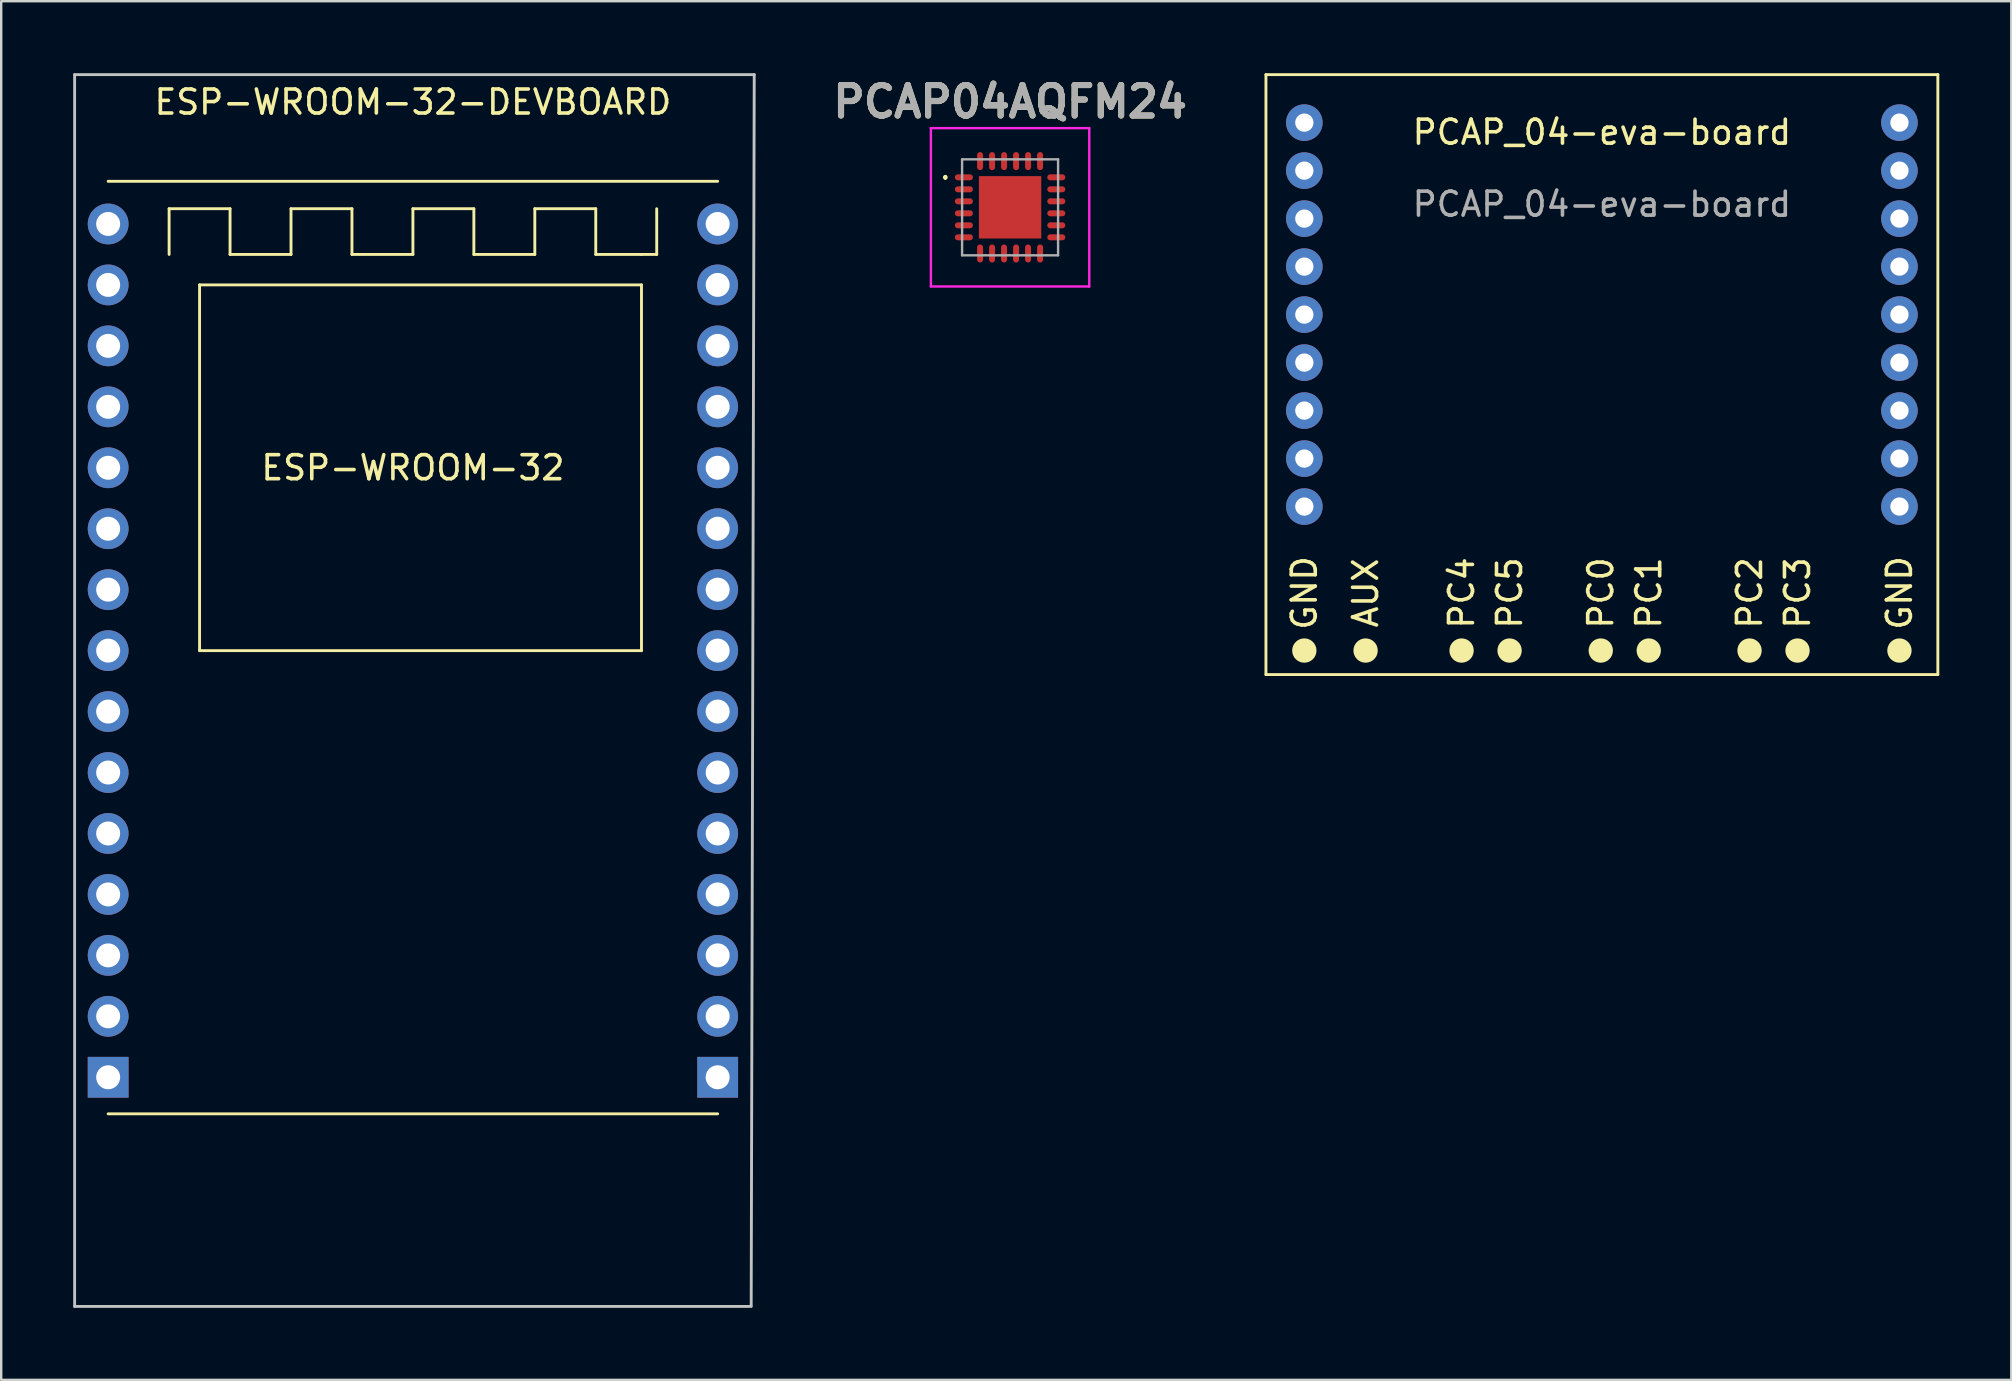
<source format=kicad_pcb>
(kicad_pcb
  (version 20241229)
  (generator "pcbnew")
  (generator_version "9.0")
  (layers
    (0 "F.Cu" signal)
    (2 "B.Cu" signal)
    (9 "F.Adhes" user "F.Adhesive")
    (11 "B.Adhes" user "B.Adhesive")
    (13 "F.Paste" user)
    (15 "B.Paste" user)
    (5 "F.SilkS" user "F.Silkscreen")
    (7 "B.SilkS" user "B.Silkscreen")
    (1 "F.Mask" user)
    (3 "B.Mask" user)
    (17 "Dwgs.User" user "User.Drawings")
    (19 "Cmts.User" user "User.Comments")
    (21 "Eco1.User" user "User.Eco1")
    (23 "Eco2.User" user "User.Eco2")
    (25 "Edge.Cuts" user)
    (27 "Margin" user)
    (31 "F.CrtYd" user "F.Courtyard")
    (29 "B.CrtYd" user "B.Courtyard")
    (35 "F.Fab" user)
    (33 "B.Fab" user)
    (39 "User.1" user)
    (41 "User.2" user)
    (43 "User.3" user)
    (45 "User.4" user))
  (footprint "ESP-WROOM-32-DEVBOARD"
    (layer "F.Cu")
    (at 1.457 41.843)
    (property "Reference" "ESP-WROOM-32-DEVBOARD" (at 12.7 -40.64 0) (layer "F.SilkS") (effects (font (size 1 1) (thickness 0.15))))
    (attr through_hole)
    (fp_line (start 0 -37.338) (end 25.4 -37.338) (stroke (width 0.12) (type solid)) (layer "F.SilkS"))
    (fp_line (start 2.54 -36.195) (end 5.08 -36.195) (stroke (width 0.12) (type solid)) (layer "F.SilkS"))
    (fp_line (start 2.54 -34.29) (end 2.54 -36.195) (stroke (width 0.12) (type solid)) (layer "F.SilkS"))
    (fp_line (start 3.81 -33.02) (end 22.225 -33.02) (stroke (width 0.12) (type solid)) (layer "F.SilkS"))
    (fp_line (start 3.81 -17.78) (end 3.81 -33.02) (stroke (width 0.12) (type solid)) (layer "F.SilkS"))
    (fp_line (start 5.08 -36.195) (end 5.08 -34.29) (stroke (width 0.12) (type solid)) (layer "F.SilkS"))
    (fp_line (start 5.08 -34.29) (end 7.62 -34.29) (stroke (width 0.12) (type solid)) (layer "F.SilkS"))
    (fp_line (start 7.62 -36.195) (end 10.16 -36.195) (stroke (width 0.12) (type solid)) (layer "F.SilkS"))
    (fp_line (start 7.62 -34.29) (end 7.62 -36.195) (stroke (width 0.12) (type solid)) (layer "F.SilkS"))
    (fp_line (start 10.16 -36.195) (end 10.16 -34.29) (stroke (width 0.12) (type solid)) (layer "F.SilkS"))
    (fp_line (start 10.16 -34.29) (end 12.7 -34.29) (stroke (width 0.12) (type solid)) (layer "F.SilkS"))
    (fp_line (start 12.7 -36.195) (end 15.24 -36.195) (stroke (width 0.12) (type solid)) (layer "F.SilkS"))
    (fp_line (start 12.7 -34.29) (end 12.7 -36.195) (stroke (width 0.12) (type solid)) (layer "F.SilkS"))
    (fp_line (start 15.24 -36.195) (end 15.24 -34.29) (stroke (width 0.12) (type solid)) (layer "F.SilkS"))
    (fp_line (start 15.24 -34.29) (end 17.78 -34.29) (stroke (width 0.12) (type solid)) (layer "F.SilkS"))
    (fp_line (start 17.78 -36.195) (end 20.32 -36.195) (stroke (width 0.12) (type solid)) (layer "F.SilkS"))
    (fp_line (start 17.78 -34.29) (end 17.78 -36.195) (stroke (width 0.12) (type solid)) (layer "F.SilkS"))
    (fp_line (start 20.32 -36.195) (end 20.32 -34.29) (stroke (width 0.12) (type solid)) (layer "F.SilkS"))
    (fp_line (start 20.32 -34.29) (end 22.225 -34.29) (stroke (width 0.12) (type solid)) (layer "F.SilkS"))
    (fp_line (start 22.225 -34.29) (end 22.86 -34.29) (stroke (width 0.12) (type solid)) (layer "F.SilkS"))
    (fp_line (start 22.225 -33.02) (end 22.225 -17.78) (stroke (width 0.12) (type solid)) (layer "F.SilkS"))
    (fp_line (start 22.225 -17.78) (end 3.81 -17.78) (stroke (width 0.12) (type solid)) (layer "F.SilkS"))
    (fp_line (start 22.86 -34.29) (end 22.86 -36.195) (stroke (width 0.12) (type solid)) (layer "F.SilkS"))
    (fp_line (start 25.4 1.524) (end 0 1.524) (stroke (width 0.12) (type solid)) (layer "F.SilkS"))
    (fp_line (start -1.397 -41.783) (end 26.924 -41.783) (stroke (width 0.12) (type solid)) (layer "Dwgs.User"))
    (fp_line (start -1.397 9.55) (end -1.397 -41.783) (stroke (width 0.12) (type solid)) (layer "Dwgs.User"))
    (fp_line (start -1.397 9.55) (end 26.797 9.55) (stroke (width 0.12) (type solid)) (layer "Dwgs.User"))
    (fp_line (start 26.924 -41.783) (end 26.797 9.525) (stroke (width 0.12) (type solid)) (layer "Dwgs.User"))
    (fp_text user "ESP-WROOM-32" (at 12.7 -25.4 0) (layer "F.SilkS") (effects (font (size 1 1) (thickness 0.15))))
    (pad "1" thru_hole rect (at 0 0) (size 1.7 1.7) (drill 1) (layers "*.Cu" "*.Mask"))
    (pad "2" thru_hole oval (at 0 -2.54) (size 1.7 1.7) (drill 1) (layers "*.Cu" "*.Mask"))
    (pad "3" thru_hole oval (at 0 -5.08) (size 1.7 1.7) (drill 1) (layers "*.Cu" "*.Mask"))
    (pad "4" thru_hole oval (at 0 -7.62) (size 1.7 1.7) (drill 1) (layers "*.Cu" "*.Mask"))
    (pad "5" thru_hole oval (at 0 -10.16) (size 1.7 1.7) (drill 1) (layers "*.Cu" "*.Mask"))
    (pad "6" thru_hole oval (at 0 -12.7) (size 1.7 1.7) (drill 1) (layers "*.Cu" "*.Mask"))
    (pad "7" thru_hole oval (at 0 -15.24) (size 1.7 1.7) (drill 1) (layers "*.Cu" "*.Mask"))
    (pad "8" thru_hole oval (at 0 -17.78) (size 1.7 1.7) (drill 1) (layers "*.Cu" "*.Mask"))
    (pad "9" thru_hole oval (at 0 -20.32) (size 1.7 1.7) (drill 1) (layers "*.Cu" "*.Mask"))
    (pad "10" thru_hole oval (at 0 -22.86) (size 1.7 1.7) (drill 1) (layers "*.Cu" "*.Mask"))
    (pad "11" thru_hole oval (at 0 -25.4) (size 1.7 1.7) (drill 1) (layers "*.Cu" "*.Mask"))
    (pad "12" thru_hole oval (at 0 -27.94) (size 1.7 1.7) (drill 1) (layers "*.Cu" "*.Mask"))
    (pad "13" thru_hole oval (at 0 -30.48) (size 1.7 1.7) (drill 1) (layers "*.Cu" "*.Mask"))
    (pad "14" thru_hole oval (at 0 -33.02) (size 1.7 1.7) (drill 1) (layers "*.Cu" "*.Mask"))
    (pad "15" thru_hole oval (at 0 -35.56) (size 1.7 1.7) (drill 1) (layers "*.Cu" "*.Mask"))
    (pad "16" thru_hole rect (at 25.4 0) (size 1.7 1.7) (drill 1) (layers "*.Cu" "*.Mask"))
    (pad "17" thru_hole oval (at 25.4 -2.54) (size 1.7 1.7) (drill 1) (layers "*.Cu" "*.Mask"))
    (pad "18" thru_hole oval (at 25.4 -5.08) (size 1.7 1.7) (drill 1) (layers "*.Cu" "*.Mask"))
    (pad "19" thru_hole oval (at 25.4 -7.62) (size 1.7 1.7) (drill 1) (layers "*.Cu" "*.Mask"))
    (pad "20" thru_hole oval (at 25.4 -10.16) (size 1.7 1.7) (drill 1) (layers "*.Cu" "*.Mask"))
    (pad "21" thru_hole oval (at 25.4 -12.7) (size 1.7 1.7) (drill 1) (layers "*.Cu" "*.Mask"))
    (pad "22" thru_hole oval (at 25.4 -15.24) (size 1.7 1.7) (drill 1) (layers "*.Cu" "*.Mask"))
    (pad "23" thru_hole oval (at 25.4 -17.78) (size 1.7 1.7) (drill 1) (layers "*.Cu" "*.Mask"))
    (pad "24" thru_hole oval (at 25.4 -20.32) (size 1.7 1.7) (drill 1) (layers "*.Cu" "*.Mask"))
    (pad "25" thru_hole oval (at 25.4 -22.86) (size 1.7 1.7) (drill 1) (layers "*.Cu" "*.Mask"))
    (pad "26" thru_hole oval (at 25.4 -25.4) (size 1.7 1.7) (drill 1) (layers "*.Cu" "*.Mask"))
    (pad "27" thru_hole oval (at 25.4 -27.94) (size 1.7 1.7) (drill 1) (layers "*.Cu" "*.Mask"))
    (pad "28" thru_hole oval (at 25.4 -30.48) (size 1.7 1.7) (drill 1) (layers "*.Cu" "*.Mask"))
    (pad "29" thru_hole oval (at 25.4 -33.02) (size 1.7 1.7) (drill 1) (layers "*.Cu" "*.Mask"))
    (pad "30" thru_hole oval (at 25.4 -35.56) (size 1.7 1.7) (drill 1) (layers "*.Cu" "*.Mask")))
  (footprint "PCAP04AQFM24"
    (layer "F.Cu")
    (at 39.043 5.589)
    (property "Reference" "PCAP04AQFM24" (at 0 -4.4 0) (layer "F.SilkS") (effects (font (size 1.27 1.27) (thickness 0.254))))
    (attr smd)
    (fp_line (start -2.7 -1.3) (end -2.7 -1.3) (stroke (width 0.1) (type solid)) (layer "F.SilkS"))
    (fp_line (start -2.7 -1.2) (end -2.7 -1.2) (stroke (width 0.1) (type solid)) (layer "F.SilkS"))
    (fp_arc (start -2.7 -1.3) (mid -2.65 -1.25) (end -2.7 -1.2) (stroke (width 0.1) (type solid)) (layer "F.SilkS"))
    (fp_arc (start -2.7 -1.2) (mid -2.75 -1.25) (end -2.7 -1.3) (stroke (width 0.1) (type solid)) (layer "F.SilkS"))
    (fp_line (start -3.3 -3.3) (end 3.3 -3.3) (stroke (width 0.1) (type solid)) (layer "F.CrtYd"))
    (fp_line (start -3.3 3.3) (end -3.3 -3.3) (stroke (width 0.1) (type solid)) (layer "F.CrtYd"))
    (fp_line (start 3.3 -3.3) (end 3.3 3.3) (stroke (width 0.1) (type solid)) (layer "F.CrtYd"))
    (fp_line (start 3.3 3.3) (end -3.3 3.3) (stroke (width 0.1) (type solid)) (layer "F.CrtYd"))
    (fp_line (start -2 -2) (end 2 -2) (stroke (width 0.1) (type solid)) (layer "F.Fab"))
    (fp_line (start -2 2) (end -2 -2) (stroke (width 0.1) (type solid)) (layer "F.Fab"))
    (fp_line (start 2 -2) (end 2 2) (stroke (width 0.1) (type solid)) (layer "F.Fab"))
    (fp_line (start 2 2) (end -2 2) (stroke (width 0.1) (type solid)) (layer "F.Fab"))
    (fp_text user "${REFERENCE}" (at 0 -4.4 0) (layer "F.Fab") (effects (font (size 1.27 1.27) (thickness 0.254))))
    (pad "1" smd oval (at -1.925 -1.25 90) (size 0.25 0.75) (layers "F.Cu" "F.Mask" "F.Paste"))
    (pad "2" smd oval (at -1.925 -0.75 90) (size 0.25 0.75) (layers "F.Cu" "F.Mask" "F.Paste"))
    (pad "3" smd oval (at -1.925 -0.25 90) (size 0.25 0.75) (layers "F.Cu" "F.Mask" "F.Paste"))
    (pad "4" smd oval (at -1.925 0.25 90) (size 0.25 0.75) (layers "F.Cu" "F.Mask" "F.Paste"))
    (pad "5" smd oval (at -1.925 0.75 90) (size 0.25 0.75) (layers "F.Cu" "F.Mask" "F.Paste"))
    (pad "6" smd oval (at -1.925 1.25 90) (size 0.25 0.75) (layers "F.Cu" "F.Mask" "F.Paste"))
    (pad "7" smd oval (at -1.25 1.925) (size 0.25 0.75) (layers "F.Cu" "F.Mask" "F.Paste"))
    (pad "8" smd oval (at -0.75 1.925) (size 0.25 0.75) (layers "F.Cu" "F.Mask" "F.Paste"))
    (pad "9" smd oval (at -0.25 1.925) (size 0.25 0.75) (layers "F.Cu" "F.Mask" "F.Paste"))
    (pad "10" smd oval (at 0.25 1.925) (size 0.25 0.75) (layers "F.Cu" "F.Mask" "F.Paste"))
    (pad "11" smd oval (at 0.75 1.925) (size 0.25 0.75) (layers "F.Cu" "F.Mask" "F.Paste"))
    (pad "12" smd oval (at 1.25 1.925) (size 0.25 0.75) (layers "F.Cu" "F.Mask" "F.Paste"))
    (pad "13" smd oval (at 1.925 1.25 90) (size 0.25 0.75) (layers "F.Cu" "F.Mask" "F.Paste"))
    (pad "14" smd oval (at 1.925 0.75 90) (size 0.25 0.75) (layers "F.Cu" "F.Mask" "F.Paste"))
    (pad "15" smd oval (at 1.925 0.25 90) (size 0.25 0.75) (layers "F.Cu" "F.Mask" "F.Paste"))
    (pad "16" smd oval (at 1.925 -0.25 90) (size 0.25 0.75) (layers "F.Cu" "F.Mask" "F.Paste"))
    (pad "17" smd oval (at 1.925 -0.75 90) (size 0.25 0.75) (layers "F.Cu" "F.Mask" "F.Paste"))
    (pad "18" smd oval (at 1.925 -1.25 90) (size 0.25 0.75) (layers "F.Cu" "F.Mask" "F.Paste"))
    (pad "19" smd oval (at 1.25 -1.925) (size 0.25 0.75) (layers "F.Cu" "F.Mask" "F.Paste"))
    (pad "20" smd oval (at 0.75 -1.925) (size 0.25 0.75) (layers "F.Cu" "F.Mask" "F.Paste"))
    (pad "21" smd oval (at 0.25 -1.925) (size 0.25 0.75) (layers "F.Cu" "F.Mask" "F.Paste"))
    (pad "22" smd oval (at -0.25 -1.925) (size 0.25 0.75) (layers "F.Cu" "F.Mask" "F.Paste"))
    (pad "23" smd oval (at -0.75 -1.925) (size 0.25 0.75) (layers "F.Cu" "F.Mask" "F.Paste"))
    (pad "24" smd oval (at -1.25 -1.925) (size 0.25 0.75) (layers "F.Cu" "F.Mask" "F.Paste"))
    (pad "25" smd rect (at 0 0) (size 2.6 2.6) (layers "F.Cu" "F.Mask" "F.Paste")))
  (footprint "PCAP_04-eva-board"
    (layer "F.Cu")
    (at 63.705 10.06)
    (property "Reference" "PCAP_04-eva-board" (at 0 -7.6 0) (unlocked yes) (layer "F.SilkS") (effects (font (size 1 1) (thickness 0.15))))
    (attr through_hole)
    (fp_line (start -14 -10) (end 14 -10) (stroke (width 0.12) (type solid)) (layer "F.SilkS"))
    (fp_line (start -14 15) (end -14 -10) (stroke (width 0.12) (type solid)) (layer "F.SilkS"))
    (fp_line (start -14 15) (end 14 15) (stroke (width 0.12) (type solid)) (layer "F.SilkS"))
    (fp_line (start 14 -10) (end 14 15) (stroke (width 0.12) (type solid)) (layer "F.SilkS"))
    (fp_circle (center -12.4 14) (end -11.953 14) (stroke (width 0.12) (type solid)) (fill yes) (layer "F.SilkS"))
    (fp_circle (center -9.847 14) (end -9.4 14) (stroke (width 0.12) (type solid)) (fill yes) (layer "F.SilkS"))
    (fp_circle (center -5.847 14) (end -5.4 14) (stroke (width 0.12) (type solid)) (fill yes) (layer "F.SilkS"))
    (fp_circle (center -3.847 14) (end -3.4 14) (stroke (width 0.12) (type solid)) (fill yes) (layer "F.SilkS"))
    (fp_circle (center -0.047 14) (end 0.4 14) (stroke (width 0.12) (type solid)) (fill yes) (layer "F.SilkS"))
    (fp_circle (center 1.953 14) (end 2.4 14) (stroke (width 0.12) (type solid)) (fill yes) (layer "F.SilkS"))
    (fp_circle (center 6.153 14) (end 6.6 14) (stroke (width 0.12) (type solid)) (fill yes) (layer "F.SilkS"))
    (fp_circle (center 8.153 14) (end 8.6 14) (stroke (width 0.12) (type solid)) (fill yes) (layer "F.SilkS"))
    (fp_circle (center 12.4 14) (end 12.847 14) (stroke (width 0.12) (type solid)) (fill yes) (layer "F.SilkS"))
    (fp_text user "PC3" (at 8.153 11.6 90) (unlocked yes) (layer "F.SilkS") (effects (font (size 1 1) (thickness 0.15))))
    (fp_text user "GND" (at -12.4 11.6 90) (unlocked yes) (layer "F.SilkS") (effects (font (size 1 1) (thickness 0.15))))
    (fp_text user "AUX" (at -9.847 11.6 90) (unlocked yes) (layer "F.SilkS") (effects (font (size 1 1) (thickness 0.15))))
    (fp_text user "PC2" (at 6.153 11.6 90) (unlocked yes) (layer "F.SilkS") (effects (font (size 1 1) (thickness 0.15))))
    (fp_text user "GND" (at 12.4 11.6 90) (unlocked yes) (layer "F.SilkS") (effects (font (size 1 1) (thickness 0.15))))
    (fp_text user "PC4" (at -5.847 11.6 90) (unlocked yes) (layer "F.SilkS") (effects (font (size 1 1) (thickness 0.15))))
    (fp_text user "PC5" (at -3.847 11.6 90) (unlocked yes) (layer "F.SilkS") (effects (font (size 1 1) (thickness 0.15))))
    (fp_text user "PC0" (at -0.047 11.6 90) (unlocked yes) (layer "F.SilkS") (effects (font (size 1 1) (thickness 0.15))))
    (fp_text user "PC1" (at 1.953 11.6 90) (unlocked yes) (layer "F.SilkS") (effects (font (size 1 1) (thickness 0.15))))
    (fp_text user "${REFERENCE}" (at 0 -4.6 0) (unlocked yes) (layer "F.Fab") (effects (font (size 1 1) (thickness 0.15))))
    (pad "J1-1" thru_hole circle (at 12.4 8 90) (size 1.524 1.524) (drill 0.762) (layers "*.Cu" "*.Mask"))
    (pad "J1-2" thru_hole circle (at 12.4 6 90) (size 1.524 1.524) (drill 0.762) (layers "*.Cu" "*.Mask"))
    (pad "J1-3" thru_hole circle (at 12.4 4 90) (size 1.524 1.524) (drill 0.762) (layers "*.Cu" "*.Mask"))
    (pad "J1-4" thru_hole circle (at 12.4 2 90) (size 1.524 1.524) (drill 0.762) (layers "*.Cu" "*.Mask"))
    (pad "J1-5" thru_hole circle (at 12.4 0 90) (size 1.524 1.524) (drill 0.762) (layers "*.Cu" "*.Mask"))
    (pad "J1-6" thru_hole circle (at 12.4 -2 90) (size 1.524 1.524) (drill 0.762) (layers "*.Cu" "*.Mask"))
    (pad "J1-7" thru_hole circle (at 12.4 -4 90) (size 1.524 1.524) (drill 0.762) (layers "*.Cu" "*.Mask"))
    (pad "J1-8" thru_hole circle (at 12.4 -6 90) (size 1.524 1.524) (drill 0.762) (layers "*.Cu" "*.Mask"))
    (pad "J1-9" thru_hole circle (at 12.4 -8 90) (size 1.524 1.524) (drill 0.762) (layers "*.Cu" "*.Mask"))
    (pad "J2-1" thru_hole circle (at -12.4 8 90) (size 1.524 1.524) (drill 0.762) (layers "*.Cu" "*.Mask"))
    (pad "J2-2" thru_hole circle (at -12.4 6 90) (size 1.524 1.524) (drill 0.762) (layers "*.Cu" "*.Mask"))
    (pad "J2-3" thru_hole circle (at -12.4 4 90) (size 1.524 1.524) (drill 0.762) (layers "*.Cu" "*.Mask"))
    (pad "J2-4" thru_hole circle (at -12.4 2 90) (size 1.524 1.524) (drill 0.762) (layers "*.Cu" "*.Mask"))
    (pad "J2-5" thru_hole circle (at -12.4 0 90) (size 1.524 1.524) (drill 0.762) (layers "*.Cu" "*.Mask"))
    (pad "J2-6" thru_hole circle (at -12.4 -2 90) (size 1.524 1.524) (drill 0.762) (layers "*.Cu" "*.Mask"))
    (pad "J2-7" thru_hole circle (at -12.4 -4 90) (size 1.524 1.524) (drill 0.762) (layers "*.Cu" "*.Mask"))
    (pad "J2-8" thru_hole circle (at -12.4 -6 90) (size 1.524 1.524) (drill 0.762) (layers "*.Cu" "*.Mask"))
    (pad "J2-9" thru_hole circle (at -12.4 -8 90) (size 1.524 1.524) (drill 0.762) (layers "*.Cu" "*.Mask")))
  (gr_rect
    (start -3 -3)
    (end 80.765 54.453)
    (stroke (width 0.1) (type default))
    (fill no)
    (layer "Edge.Cuts")))
</source>
